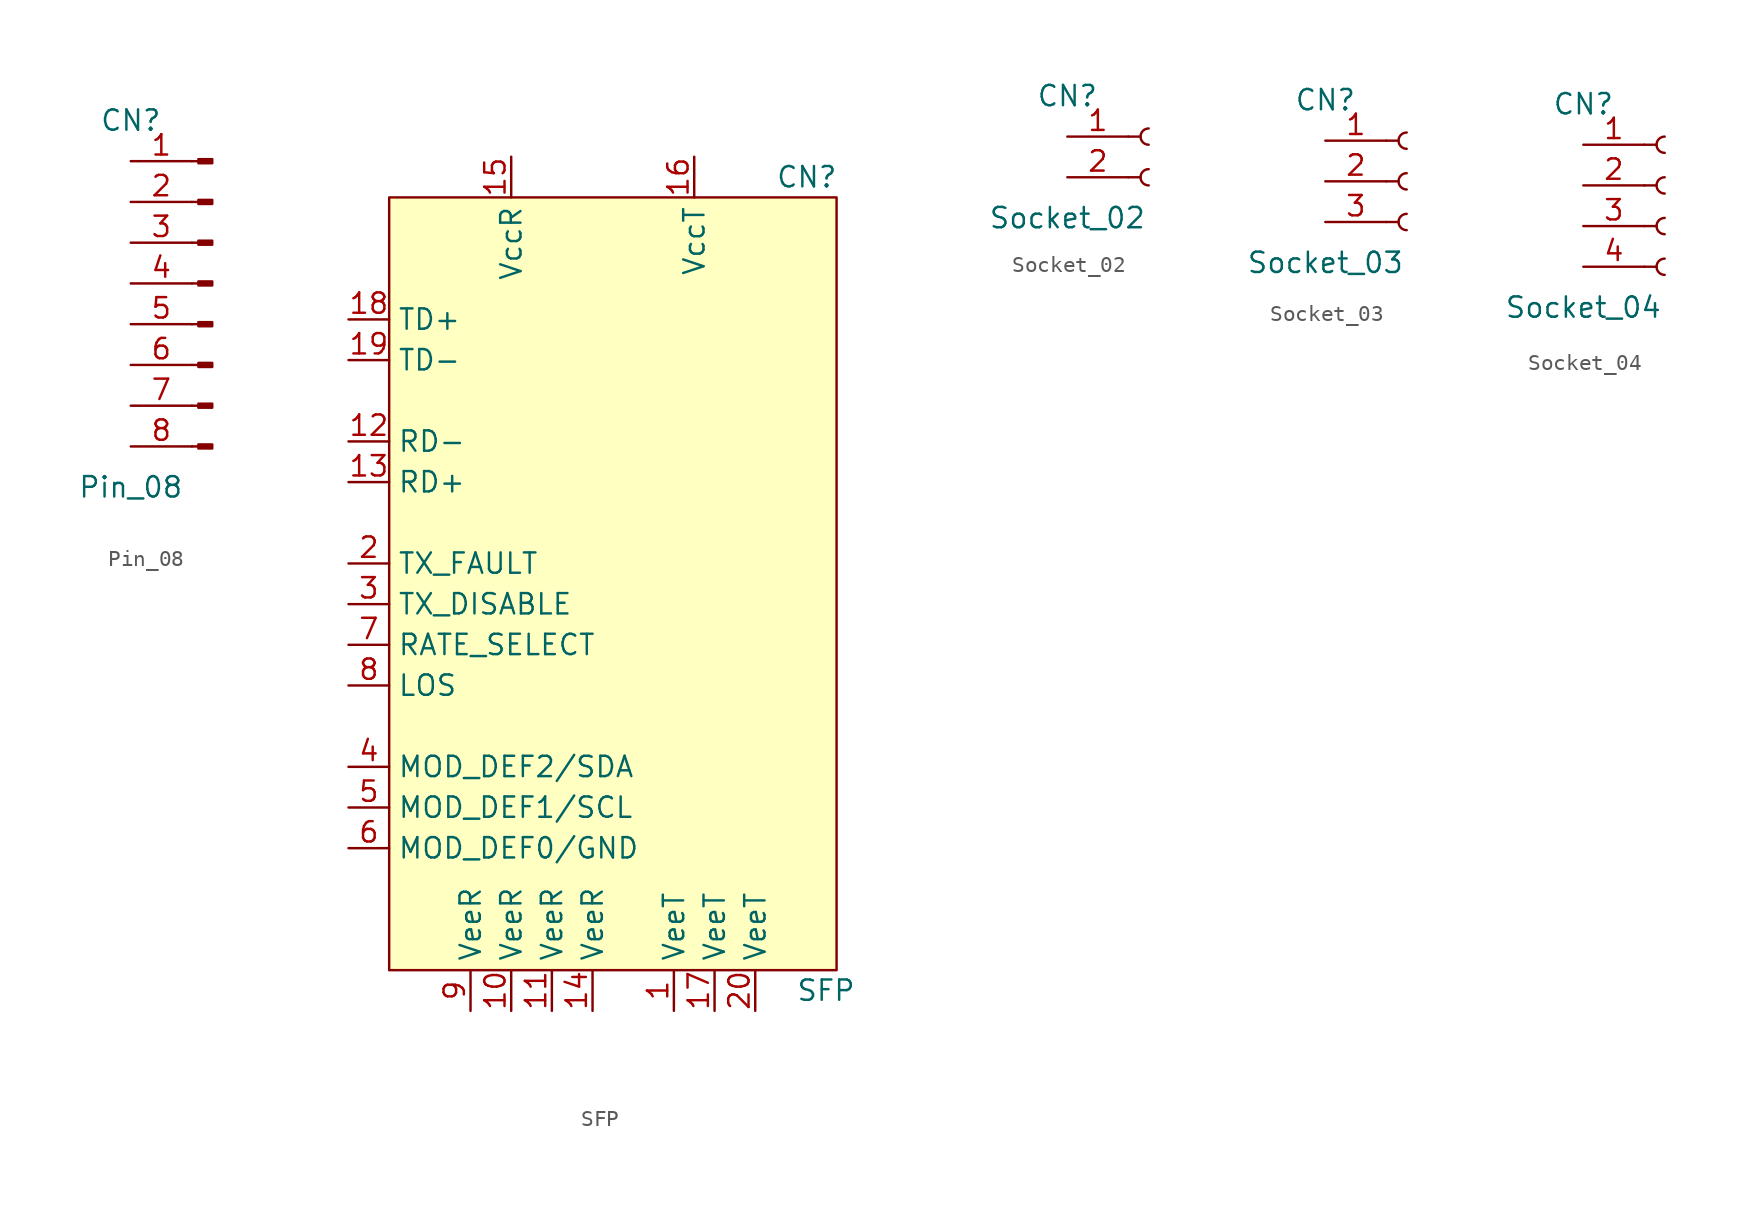
<source format=kicad_sym>
(kicad_symbol_lib
  (version 20220914)
  (generator kicad_symbol_editor)
  (symbol "Pin_08"
    (pin_names hide)
    (property "Reference" "CN"
      (at 0 2.54 0)
      (effects (font (size 1.27 1.27))))
    (property "Value" "Pin_08"
      (at 0 -20.32 0)
      (effects (font (size 1.27 1.27))))
    (symbol "Pin_08_1_1"
      (polyline (pts (xy 3.81 -17.78) (xy 4.216 -17.78)) (stroke (width 0.152) (type default)) (fill (type none)))
      (polyline (pts (xy 3.81 -15.24) (xy 4.216 -15.24)) (stroke (width 0.152) (type default)) (fill (type none)))
      (polyline (pts (xy 3.81 -12.7) (xy 4.216 -12.7)) (stroke (width 0.152) (type default)) (fill (type none)))
      (polyline (pts (xy 3.81 -10.16) (xy 4.216 -10.16)) (stroke (width 0.152) (type default)) (fill (type none)))
      (polyline (pts (xy 3.81 -7.62) (xy 4.216 -7.62)) (stroke (width 0.152) (type default)) (fill (type none)))
      (polyline (pts (xy 3.81 -5.08) (xy 4.216 -5.08)) (stroke (width 0.152) (type default)) (fill (type none)))
      (polyline (pts (xy 3.81 -2.54) (xy 4.216 -2.54)) (stroke (width 0.152) (type default)) (fill (type none)))
      (polyline (pts (xy 3.81 0) (xy 4.216 0)) (stroke (width 0.152) (type default)) (fill (type none)))
      (rectangle (start 5.08 -17.907) (end 4.216 -17.653) (stroke (width 0.152) (type default)) (fill (type outline)))
      (rectangle (start 5.08 -15.367) (end 4.216 -15.113) (stroke (width 0.152) (type default)) (fill (type outline)))
      (rectangle (start 5.08 -12.827) (end 4.216 -12.573) (stroke (width 0.152) (type default)) (fill (type outline)))
      (rectangle (start 5.08 -10.287) (end 4.216 -10.033) (stroke (width 0.152) (type default)) (fill (type outline)))
      (rectangle (start 5.08 -7.747) (end 4.216 -7.493) (stroke (width 0.152) (type default)) (fill (type outline)))
      (rectangle (start 5.08 -5.207) (end 4.216 -4.953) (stroke (width 0.152) (type default)) (fill (type outline)))
      (rectangle (start 5.08 -2.667) (end 4.216 -2.413) (stroke (width 0.152) (type default)) (fill (type outline)))
      (rectangle (start 5.08 -0.127) (end 4.216 0.127) (stroke (width 0.152) (type default)) (fill (type outline)))
      (pin passive line (at 0 0 0) (length 3.81) (name "Pin_1" (effects (font (size 1.27 1.27)))) (number "1" (effects (font (size 1.27 1.27)))))
      (pin passive line (at 0 -2.54 0) (length 3.81) (name "Pin_2" (effects (font (size 1.27 1.27)))) (number "2" (effects (font (size 1.27 1.27)))))
      (pin passive line (at 0 -5.08 0) (length 3.81) (name "Pin_2" (effects (font (size 1.27 1.27)))) (number "3" (effects (font (size 1.27 1.27)))))
      (pin passive line (at 0 -7.62 0) (length 3.81) (name "Pin_2" (effects (font (size 1.27 1.27)))) (number "4" (effects (font (size 1.27 1.27)))))
      (pin passive line (at 0 -10.16 0) (length 3.81) (name "Pin_2" (effects (font (size 1.27 1.27)))) (number "5" (effects (font (size 1.27 1.27)))))
      (pin passive line (at 0 -12.7 0) (length 3.81) (name "Pin_2" (effects (font (size 1.27 1.27)))) (number "6" (effects (font (size 1.27 1.27)))))
      (pin passive line (at 0 -15.24 0) (length 3.81) (name "Pin_2" (effects (font (size 1.27 1.27)))) (number "7" (effects (font (size 1.27 1.27)))))
      (pin passive line (at 0 -17.78 0) (length 3.81) (name "Pin_2" (effects (font (size 1.27 1.27)))) (number "8" (effects (font (size 1.27 1.27)))))))
  (symbol "SFP"
    (property "Reference" "CN"
      (at 8.89 24.13 0)
      (do_not_autoplace)
      (effects (font (size 1.27 1.27)) (justify left)))
    (property "Value" "SFP"
      (at 10.16 -26.67 0)
      (do_not_autoplace)
      (effects (font (size 1.27 1.27)) (justify left)))
    (symbol "SFP_1_1"
      (rectangle (start -15.24 22.86) (end 12.7 -25.4) (stroke (width 0) (type default)) (fill (type background)))
      (pin power_in line (at 2.54 -27.94 90) (length 2.54) (name "VeeT" (effects (font (size 1.27 1.27)))) (number "1" (effects (font (size 1.27 1.27)))))
      (pin power_in line (at -7.62 -27.94 90) (length 2.54) (name "VeeR" (effects (font (size 1.27 1.27)))) (number "10" (effects (font (size 1.27 1.27)))))
      (pin power_in line (at -5.08 -27.94 90) (length 2.54) (name "VeeR" (effects (font (size 1.27 1.27)))) (number "11" (effects (font (size 1.27 1.27)))))
      (pin output line (at -17.78 7.62 0) (length 2.54) (name "RD-" (effects (font (size 1.27 1.27)))) (number "12" (effects (font (size 1.27 1.27)))))
      (pin output line (at -17.78 5.08 0) (length 2.54) (name "RD+" (effects (font (size 1.27 1.27)))) (number "13" (effects (font (size 1.27 1.27)))))
      (pin power_in line (at -2.54 -27.94 90) (length 2.54) (name "VeeR" (effects (font (size 1.27 1.27)))) (number "14" (effects (font (size 1.27 1.27)))))
      (pin power_in line (at -7.62 25.4 270) (length 2.54) (name "VccR" (effects (font (size 1.27 1.27)))) (number "15" (effects (font (size 1.27 1.27)))))
      (pin power_in line (at 3.81 25.4 270) (length 2.54) (name "VccT" (effects (font (size 1.27 1.27)))) (number "16" (effects (font (size 1.27 1.27)))))
      (pin power_in line (at 5.08 -27.94 90) (length 2.54) (name "VeeT" (effects (font (size 1.27 1.27)))) (number "17" (effects (font (size 1.27 1.27)))))
      (pin input line (at -17.78 15.24 0) (length 2.54) (name "TD+" (effects (font (size 1.27 1.27)))) (number "18" (effects (font (size 1.27 1.27)))))
      (pin input line (at -17.78 12.7 0) (length 2.54) (name "TD-" (effects (font (size 1.27 1.27)))) (number "19" (effects (font (size 1.27 1.27)))))
      (pin open_collector line (at -17.78 0 0) (length 2.54) (name "TX_FAULT" (effects (font (size 1.27 1.27)))) (number "2" (effects (font (size 1.27 1.27)))))
      (pin power_in line (at 7.62 -27.94 90) (length 2.54) (name "VeeT" (effects (font (size 1.27 1.27)))) (number "20" (effects (font (size 1.27 1.27)))))
      (pin input line (at -17.78 -2.54 0) (length 2.54) (name "TX_DISABLE" (effects (font (size 1.27 1.27)))) (number "3" (effects (font (size 1.27 1.27)))))
      (pin bidirectional line (at -17.78 -12.7 0) (length 2.54) (name "MOD_DEF2/SDA" (effects (font (size 1.27 1.27)))) (number "4" (effects (font (size 1.27 1.27)))))
      (pin input line (at -17.78 -15.24 0) (length 2.54) (name "MOD_DEF1/SCL" (effects (font (size 1.27 1.27)))) (number "5" (effects (font (size 1.27 1.27)))))
      (pin passive line (at -17.78 -17.78 0) (length 2.54) (name "MOD_DEF0/GND" (effects (font (size 1.27 1.27)))) (number "6" (effects (font (size 1.27 1.27)))))
      (pin input line (at -17.78 -5.08 0) (length 2.54) (name "RATE_SELECT" (effects (font (size 1.27 1.27)))) (number "7" (effects (font (size 1.27 1.27)))))
      (pin open_collector line (at -17.78 -7.62 0) (length 2.54) (name "LOS" (effects (font (size 1.27 1.27)))) (number "8" (effects (font (size 1.27 1.27)))))
      (pin power_in line (at -10.16 -27.94 90) (length 2.54) (name "VeeR" (effects (font (size 1.27 1.27)))) (number "9" (effects (font (size 1.27 1.27)))))))
  (symbol "Socket_02"
    (pin_names hide)
    (property "Reference" "CN"
      (at 0 2.54 0)
      (do_not_autoplace)
      (effects (font (size 1.27 1.27))))
    (property "Value" "Socket_02"
      (at 0 -5.08 0)
      (effects (font (size 1.27 1.27))))
    (symbol "Socket_02_1_1"
      (polyline (pts (xy 3.81 -2.54) (xy 4.572 -2.54)) (stroke (width 0.152) (type default)) (fill (type none)))
      (polyline (pts (xy 3.81 0) (xy 4.572 0)) (stroke (width 0.152) (type default)) (fill (type none)))
      (arc (start 5.08 -2.032) (mid 4.5742 -2.54) (end 5.08 -3.048) (stroke (width 0.1524) (type default)) (fill (type none)))
      (arc (start 5.08 0.508) (mid 4.5742 0) (end 5.08 -0.508) (stroke (width 0.1524) (type default)) (fill (type none)))
      (pin passive line (at 0 0 0) (length 3.81) (name "Pin_1" (effects (font (size 1.27 1.27)))) (number "1" (effects (font (size 1.27 1.27)))))
      (pin passive line (at 0 -2.54 0) (length 3.81) (name "Pin_2" (effects (font (size 1.27 1.27)))) (number "2" (effects (font (size 1.27 1.27)))))))
  (symbol "Socket_03"
    (pin_names hide)
    (property "Reference" "CN"
      (at 0 2.54 0)
      (do_not_autoplace)
      (effects (font (size 1.27 1.27))))
    (property "Value" "Socket_03"
      (at 0 -7.62 0)
      (do_not_autoplace)
      (effects (font (size 1.27 1.27))))
    (symbol "Socket_03_1_1"
      (polyline (pts (xy 3.81 -5.08) (xy 4.572 -5.08)) (stroke (width 0.152) (type default)) (fill (type none)))
      (polyline (pts (xy 3.81 -2.54) (xy 4.572 -2.54)) (stroke (width 0.152) (type default)) (fill (type none)))
      (polyline (pts (xy 3.81 0) (xy 4.572 0)) (stroke (width 0.152) (type default)) (fill (type none)))
      (arc (start 5.08 -4.572) (mid 4.5742 -5.08) (end 5.08 -5.588) (stroke (width 0.1524) (type default)) (fill (type none)))
      (arc (start 5.08 -2.032) (mid 4.5742 -2.54) (end 5.08 -3.048) (stroke (width 0.1524) (type default)) (fill (type none)))
      (arc (start 5.08 0.508) (mid 4.5742 0) (end 5.08 -0.508) (stroke (width 0.1524) (type default)) (fill (type none)))
      (pin passive line (at 0 0 0) (length 3.81) (name "Pin_1" (effects (font (size 1.27 1.27)))) (number "1" (effects (font (size 1.27 1.27)))))
      (pin passive line (at 0 -2.54 0) (length 3.81) (name "Pin_2" (effects (font (size 1.27 1.27)))) (number "2" (effects (font (size 1.27 1.27)))))
      (pin passive line (at 0 -5.08 0) (length 3.81) (name "Pin_3" (effects (font (size 1.27 1.27)))) (number "3" (effects (font (size 1.27 1.27)))))))
  (symbol "Socket_04"
    (pin_names hide)
    (property "Reference" "CN"
      (at 0 2.54 0)
      (do_not_autoplace)
      (effects (font (size 1.27 1.27))))
    (property "Value" "Socket_04"
      (at 0 -10.16 0)
      (do_not_autoplace)
      (effects (font (size 1.27 1.27))))
    (symbol "Socket_04_1_1"
      (polyline (pts (xy 3.81 -7.62) (xy 4.572 -7.62)) (stroke (width 0.152) (type default)) (fill (type none)))
      (polyline (pts (xy 3.81 -5.08) (xy 4.572 -5.08)) (stroke (width 0.152) (type default)) (fill (type none)))
      (polyline (pts (xy 3.81 -2.54) (xy 4.572 -2.54)) (stroke (width 0.152) (type default)) (fill (type none)))
      (polyline (pts (xy 3.81 0) (xy 4.572 0)) (stroke (width 0.152) (type default)) (fill (type none)))
      (arc (start 5.08 -7.112) (mid 4.5742 -7.62) (end 5.08 -8.128) (stroke (width 0.1524) (type default)) (fill (type none)))
      (arc (start 5.08 -4.572) (mid 4.5742 -5.08) (end 5.08 -5.588) (stroke (width 0.1524) (type default)) (fill (type none)))
      (arc (start 5.08 -2.032) (mid 4.5742 -2.54) (end 5.08 -3.048) (stroke (width 0.1524) (type default)) (fill (type none)))
      (arc (start 5.08 0.508) (mid 4.5742 0) (end 5.08 -0.508) (stroke (width 0.1524) (type default)) (fill (type none)))
      (pin passive line (at 0 0 0) (length 3.81) (name "Pin_1" (effects (font (size 1.27 1.27)))) (number "1" (effects (font (size 1.27 1.27)))))
      (pin passive line (at 0 -2.54 0) (length 3.81) (name "Pin_2" (effects (font (size 1.27 1.27)))) (number "2" (effects (font (size 1.27 1.27)))))
      (pin passive line (at 0 -5.08 0) (length 3.81) (name "Pin_3" (effects (font (size 1.27 1.27)))) (number "3" (effects (font (size 1.27 1.27)))))
      (pin passive line (at 0 -7.62 0) (length 3.81) (name "Pin_4" (effects (font (size 1.27 1.27)))) (number "4" (effects (font (size 1.27 1.27))))))))
</source>
